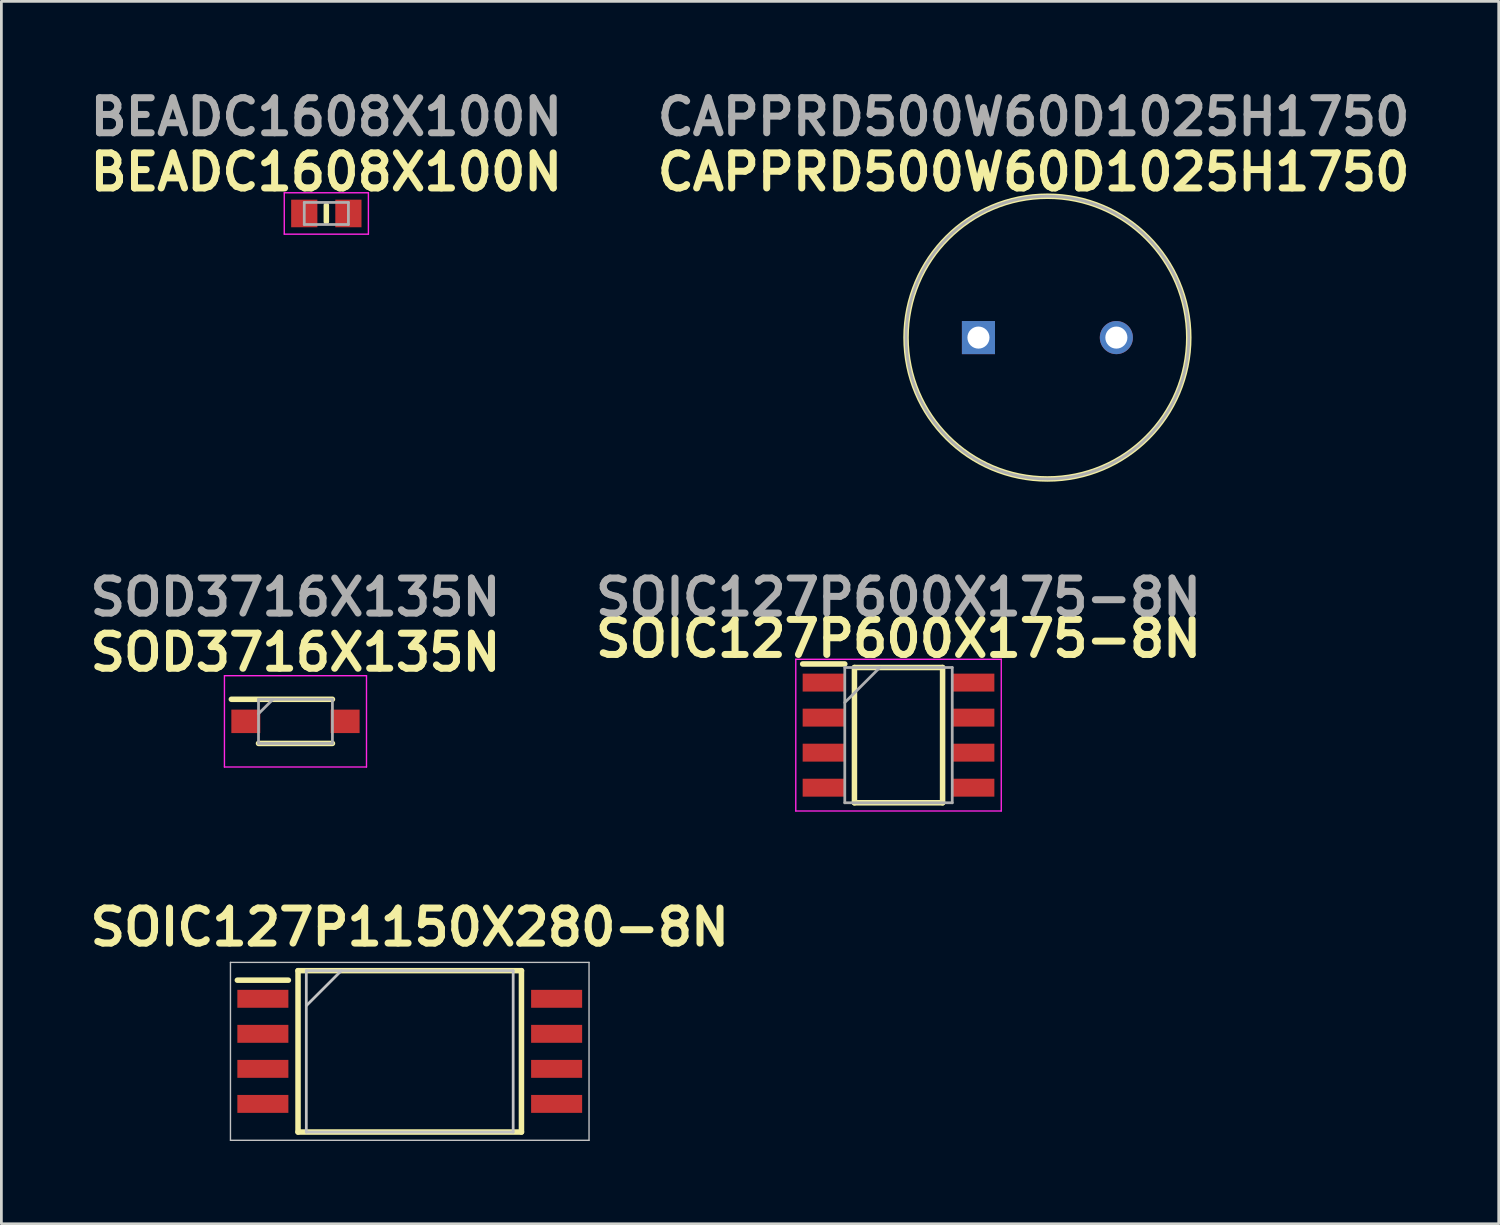
<source format=kicad_pcb>
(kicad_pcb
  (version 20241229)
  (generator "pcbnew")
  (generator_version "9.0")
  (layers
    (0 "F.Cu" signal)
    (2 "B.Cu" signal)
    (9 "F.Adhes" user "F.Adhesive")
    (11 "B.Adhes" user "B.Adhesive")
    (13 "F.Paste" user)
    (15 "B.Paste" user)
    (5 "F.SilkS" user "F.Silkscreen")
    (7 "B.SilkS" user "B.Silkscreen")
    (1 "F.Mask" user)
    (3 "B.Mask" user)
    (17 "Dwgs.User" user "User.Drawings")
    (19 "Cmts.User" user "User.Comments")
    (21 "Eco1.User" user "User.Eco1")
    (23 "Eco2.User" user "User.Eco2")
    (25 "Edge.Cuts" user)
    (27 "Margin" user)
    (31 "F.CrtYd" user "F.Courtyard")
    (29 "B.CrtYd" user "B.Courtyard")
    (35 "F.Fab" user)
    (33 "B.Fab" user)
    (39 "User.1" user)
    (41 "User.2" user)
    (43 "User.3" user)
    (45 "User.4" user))
  (footprint "SOIC127P600X175-8N"
    (layer "F.Cu")
    (at 29.525 23.602)
    (property "Reference" "SOIC127P600X175-8N" (at 0 -3.5 0) (layer "F.SilkS") (effects (font (size 1.27 1.27) (thickness 0.254))))
    (attr smd)
    (fp_line (start -3.475 -2.58) (end -1.948 -2.58) (stroke (width 0.2) (type solid)) (layer "F.SilkS"))
    (fp_line (start -1.598 -2.452) (end 1.598 -2.452) (stroke (width 0.2) (type solid)) (layer "F.SilkS"))
    (fp_line (start -1.598 2.452) (end -1.598 -2.452) (stroke (width 0.2) (type solid)) (layer "F.SilkS"))
    (fp_line (start 1.598 -2.452) (end 1.598 2.452) (stroke (width 0.2) (type solid)) (layer "F.SilkS"))
    (fp_line (start 1.598 2.452) (end -1.598 2.452) (stroke (width 0.2) (type solid)) (layer "F.SilkS"))
    (fp_line (start -3.725 -2.75) (end 3.725 -2.75) (stroke (width 0.05) (type solid)) (layer "F.CrtYd"))
    (fp_line (start -3.725 2.75) (end -3.725 -2.75) (stroke (width 0.05) (type solid)) (layer "F.CrtYd"))
    (fp_line (start 3.725 -2.75) (end 3.725 2.75) (stroke (width 0.05) (type solid)) (layer "F.CrtYd"))
    (fp_line (start 3.725 2.75) (end -3.725 2.75) (stroke (width 0.05) (type solid)) (layer "F.CrtYd"))
    (fp_line (start -1.948 -2.452) (end 1.948 -2.452) (stroke (width 0.1) (type solid)) (layer "F.Fab"))
    (fp_line (start -1.948 -1.182) (end -0.678 -2.452) (stroke (width 0.1) (type solid)) (layer "F.Fab"))
    (fp_line (start -1.948 2.452) (end -1.948 -2.452) (stroke (width 0.1) (type solid)) (layer "F.Fab"))
    (fp_line (start 1.948 -2.452) (end 1.948 2.452) (stroke (width 0.1) (type solid)) (layer "F.Fab"))
    (fp_line (start 1.948 2.452) (end -1.948 2.452) (stroke (width 0.1) (type solid)) (layer "F.Fab"))
    (fp_text user "${REFERENCE}" (at 0 -5 0) (layer "F.Fab") (effects (font (size 1.27 1.27) (thickness 0.254))))
    (pad "1" smd rect (at -2.711 -1.905 90) (size 0.65 1.528) (layers "F.Cu" "F.Mask" "F.Paste"))
    (pad "2" smd rect (at -2.711 -0.635 90) (size 0.65 1.528) (layers "F.Cu" "F.Mask" "F.Paste"))
    (pad "3" smd rect (at -2.711 0.635 90) (size 0.65 1.528) (layers "F.Cu" "F.Mask" "F.Paste"))
    (pad "4" smd rect (at -2.711 1.905 90) (size 0.65 1.528) (layers "F.Cu" "F.Mask" "F.Paste"))
    (pad "5" smd rect (at 2.711 1.905 90) (size 0.65 1.528) (layers "F.Cu" "F.Mask" "F.Paste"))
    (pad "6" smd rect (at 2.711 0.635 90) (size 0.65 1.528) (layers "F.Cu" "F.Mask" "F.Paste"))
    (pad "7" smd rect (at 2.711 -0.635 90) (size 0.65 1.528) (layers "F.Cu" "F.Mask" "F.Paste"))
    (pad "8" smd rect (at 2.711 -1.905 90) (size 0.65 1.528) (layers "F.Cu" "F.Mask" "F.Paste")))
  (footprint "BEADC1608X100N"
    (layer "F.Cu")
    (at 8.781 4.689)
    (property "Reference" "BEADC1608X100N" (at 0 -1.5 0) (layer "F.SilkS") (effects (font (size 1.27 1.27) (thickness 0.254))))
    (attr smd)
    (fp_line (start 0 -0.3) (end 0 0.3) (stroke (width 0.2) (type solid)) (layer "F.SilkS"))
    (fp_line (start -1.525 -0.75) (end 1.525 -0.75) (stroke (width 0.05) (type solid)) (layer "F.CrtYd"))
    (fp_line (start -1.525 0.75) (end -1.525 -0.75) (stroke (width 0.05) (type solid)) (layer "F.CrtYd"))
    (fp_line (start 1.525 -0.75) (end 1.525 0.75) (stroke (width 0.05) (type solid)) (layer "F.CrtYd"))
    (fp_line (start 1.525 0.75) (end -1.525 0.75) (stroke (width 0.05) (type solid)) (layer "F.CrtYd"))
    (fp_line (start -0.8 -0.4) (end 0.8 -0.4) (stroke (width 0.1) (type solid)) (layer "F.Fab"))
    (fp_line (start -0.8 0.4) (end -0.8 -0.4) (stroke (width 0.1) (type solid)) (layer "F.Fab"))
    (fp_line (start 0.8 -0.4) (end 0.8 0.4) (stroke (width 0.1) (type solid)) (layer "F.Fab"))
    (fp_line (start 0.8 0.4) (end -0.8 0.4) (stroke (width 0.1) (type solid)) (layer "F.Fab"))
    (fp_text user "${REFERENCE}" (at 0 -3.5 0) (layer "F.Fab") (effects (font (size 1.27 1.27) (thickness 0.254))))
    (pad "1" smd rect (at -0.8 0) (size 0.95 1) (layers "F.Cu" "F.Mask" "F.Paste"))
    (pad "2" smd rect (at 0.8 0) (size 0.95 1) (layers "F.Cu" "F.Mask" "F.Paste")))
  (footprint "SOIC127P1150X280-8N"
    (layer "F.Cu")
    (at 11.805 35.066)
    (property "Reference" "SOIC127P1150X280-8N" (at 0 -4.5 0) (layer "F.SilkS") (effects (font (size 1.27 1.27) (thickness 0.254))))
    (attr smd)
    (fp_line (start -6.25 -2.58) (end -4.4 -2.58) (stroke (width 0.2) (type solid)) (layer "F.SilkS"))
    (fp_line (start -4.05 -2.925) (end 4.05 -2.925) (stroke (width 0.2) (type solid)) (layer "F.SilkS"))
    (fp_line (start -4.05 2.925) (end -4.05 -2.925) (stroke (width 0.2) (type solid)) (layer "F.SilkS"))
    (fp_line (start 4.05 -2.925) (end 4.05 2.925) (stroke (width 0.2) (type solid)) (layer "F.SilkS"))
    (fp_line (start 4.05 2.925) (end -4.05 2.925) (stroke (width 0.2) (type solid)) (layer "F.SilkS"))
    (fp_line (start -6.5 -3.225) (end 6.5 -3.225) (stroke (width 0.05) (type solid)) (layer "Dwgs.User"))
    (fp_line (start -6.5 3.225) (end -6.5 -3.225) (stroke (width 0.05) (type solid)) (layer "Dwgs.User"))
    (fp_line (start -3.75 -2.925) (end 3.75 -2.925) (stroke (width 0.1) (type solid)) (layer "Dwgs.User"))
    (fp_line (start -3.75 -1.655) (end -2.48 -2.925) (stroke (width 0.1) (type solid)) (layer "Dwgs.User"))
    (fp_line (start -3.75 2.925) (end -3.75 -2.925) (stroke (width 0.1) (type solid)) (layer "Dwgs.User"))
    (fp_line (start 3.75 -2.925) (end 3.75 2.925) (stroke (width 0.1) (type solid)) (layer "Dwgs.User"))
    (fp_line (start 3.75 2.925) (end -3.75 2.925) (stroke (width 0.1) (type solid)) (layer "Dwgs.User"))
    (fp_line (start 6.5 -3.225) (end 6.5 3.225) (stroke (width 0.05) (type solid)) (layer "Dwgs.User"))
    (fp_line (start 6.5 3.225) (end -6.5 3.225) (stroke (width 0.05) (type solid)) (layer "Dwgs.User"))
    (pad "1" smd rect (at -5.325 -1.905 90) (size 0.65 1.85) (layers "F.Cu" "F.Mask" "F.Paste"))
    (pad "2" smd rect (at -5.325 -0.635 90) (size 0.65 1.85) (layers "F.Cu" "F.Mask" "F.Paste"))
    (pad "3" smd rect (at -5.325 0.635 90) (size 0.65 1.85) (layers "F.Cu" "F.Mask" "F.Paste"))
    (pad "4" smd rect (at -5.325 1.905 90) (size 0.65 1.85) (layers "F.Cu" "F.Mask" "F.Paste"))
    (pad "5" smd rect (at 5.325 1.905 90) (size 0.65 1.85) (layers "F.Cu" "F.Mask" "F.Paste"))
    (pad "6" smd rect (at 5.325 0.635 90) (size 0.65 1.85) (layers "F.Cu" "F.Mask" "F.Paste"))
    (pad "7" smd rect (at 5.325 -0.635 90) (size 0.65 1.85) (layers "F.Cu" "F.Mask" "F.Paste"))
    (pad "8" smd rect (at 5.325 -1.905 90) (size 0.65 1.85) (layers "F.Cu" "F.Mask" "F.Paste")))
  (footprint "SOD3716X135N"
    (layer "F.Cu")
    (at 7.662 23.102)
    (property "Reference" "SOD3716X135N" (at 0 -2.5 0) (layer "F.SilkS") (effects (font (size 1.27 1.27) (thickness 0.254))))
    (attr smd)
    (fp_line (start -2.325 -0.8) (end 1.34 -0.8) (stroke (width 0.2) (type solid)) (layer "F.SilkS"))
    (fp_line (start -1.34 0.8) (end 1.34 0.8) (stroke (width 0.2) (type solid)) (layer "F.SilkS"))
    (fp_line (start -2.575 -1.655) (end 2.575 -1.655) (stroke (width 0.05) (type solid)) (layer "F.CrtYd"))
    (fp_line (start -2.575 1.655) (end -2.575 -1.655) (stroke (width 0.05) (type solid)) (layer "F.CrtYd"))
    (fp_line (start 2.575 -1.655) (end 2.575 1.655) (stroke (width 0.05) (type solid)) (layer "F.CrtYd"))
    (fp_line (start 2.575 1.655) (end -2.575 1.655) (stroke (width 0.05) (type solid)) (layer "F.CrtYd"))
    (fp_line (start -1.34 -0.8) (end 1.34 -0.8) (stroke (width 0.1) (type solid)) (layer "F.Fab"))
    (fp_line (start -1.34 -0.275) (end -0.815 -0.8) (stroke (width 0.1) (type solid)) (layer "F.Fab"))
    (fp_line (start -1.34 0.8) (end -1.34 -0.8) (stroke (width 0.1) (type solid)) (layer "F.Fab"))
    (fp_line (start 1.34 -0.8) (end 1.34 0.8) (stroke (width 0.1) (type solid)) (layer "F.Fab"))
    (fp_line (start 1.34 0.8) (end -1.34 0.8) (stroke (width 0.1) (type solid)) (layer "F.Fab"))
    (fp_text user "${REFERENCE}" (at 0 -4.5 0) (layer "F.Fab") (effects (font (size 1.27 1.27) (thickness 0.254))))
    (pad "1" smd rect (at -1.8 0 90) (size 0.85 1.05) (layers "F.Cu" "F.Mask" "F.Paste"))
    (pad "2" smd rect (at 1.8 0 90) (size 0.85 1.05) (layers "F.Cu" "F.Mask" "F.Paste")))
  (footprint "CAPPRD500W60D1025H1750"
    (layer "F.Cu")
    (at 32.423 9.189)
    (property "Reference" "CAPPRD500W60D1025H1750" (at 2 -6 0) (layer "F.SilkS") (effects (font (size 1.27 1.27) (thickness 0.254))))
    (attr through_hole)
    (fp_circle (center 2.5 0) (end 2.5 5.125) (stroke (width 0.2) (type solid)) (fill no) (layer "F.SilkS"))
    (fp_circle (center 2.5 0) (end 2.5 5.125) (stroke (width 0.1) (type solid)) (fill no) (layer "F.Fab"))
    (fp_text user "${REFERENCE}" (at 2 -8 0) (layer "F.Fab") (effects (font (size 1.27 1.27) (thickness 0.254))))
    (pad "1" thru_hole rect (at 0 0) (size 1.2 1.2) (drill 0.8) (layers "*.Cu" "*.Mask"))
    (pad "2" thru_hole circle (at 5 0) (size 1.2 1.2) (drill 0.8) (layers "*.Cu" "*.Mask")))
  (gr_rect
    (start -3 -3)
    (end 51.285 41.316)
    (stroke (width 0.1) (type default))
    (fill no)
    (layer "Edge.Cuts")))
</source>
